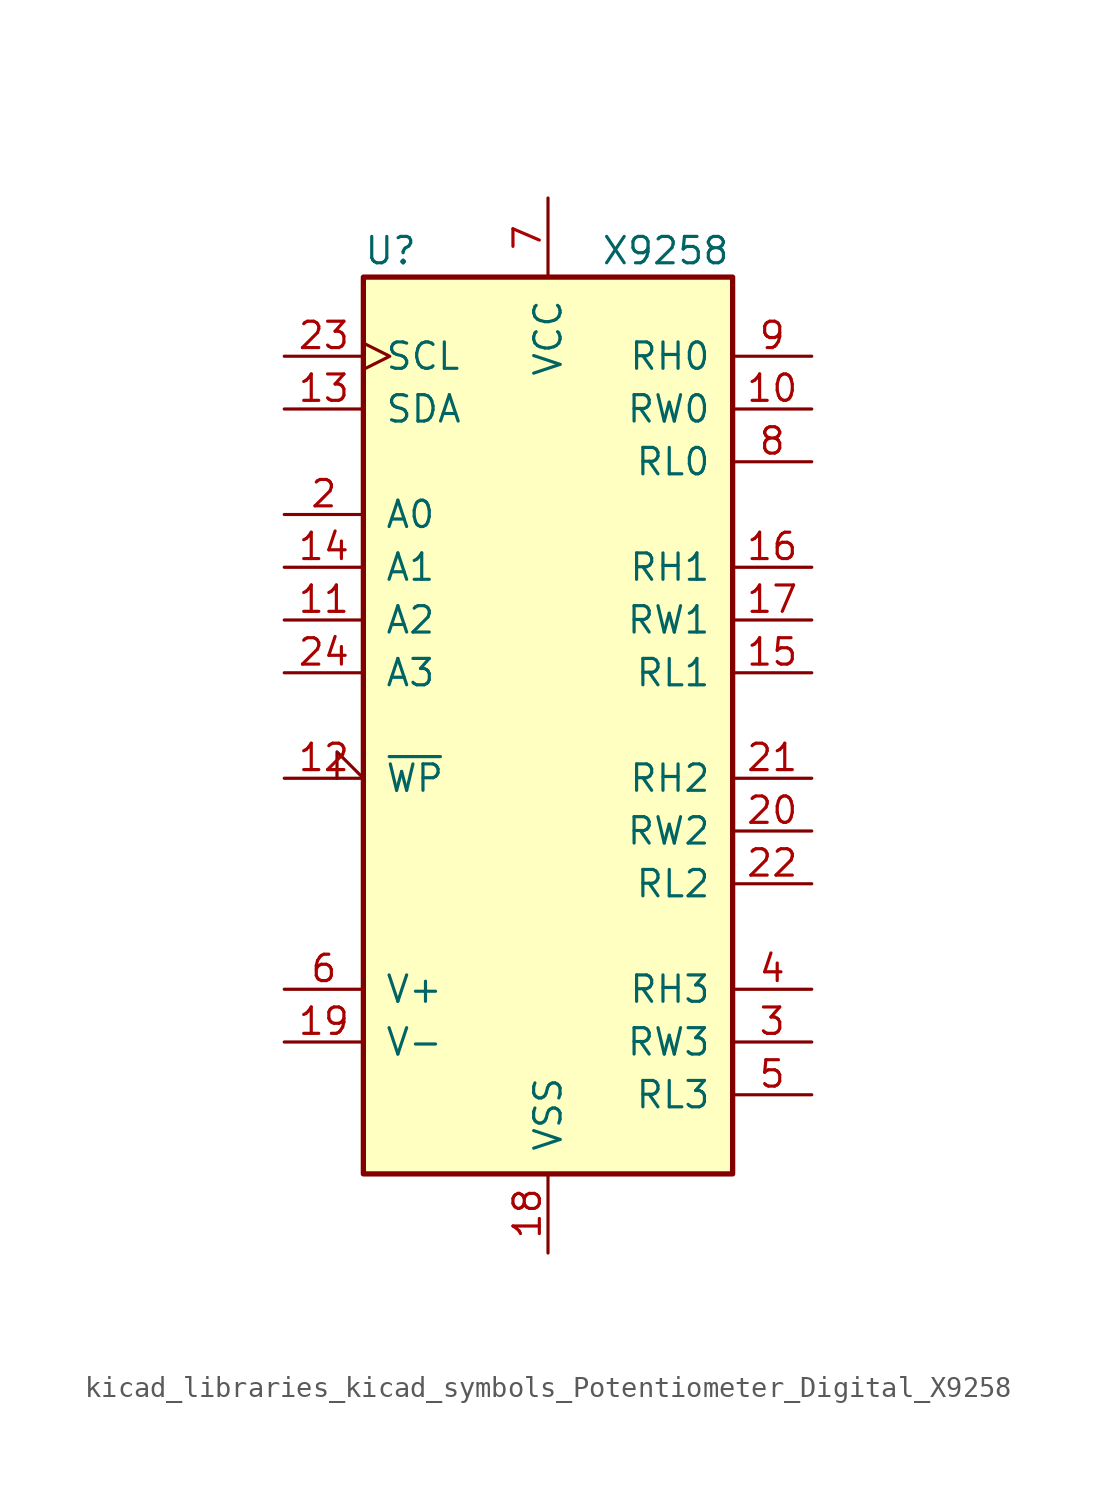
<source format=kicad_sym>
(kicad_symbol_lib
  (version 20220914)
  (generator kicad_symbol_editor)
  (symbol "kicad_libraries_kicad_symbols_Potentiometer_Digital_X9258"
    (pin_names
      (offset 1.016))
    (property "Reference" "U"
      (at -8.89 22.86 0)
      (effects (font (size 1.27 1.27)) (justify left)))
    (property "Value" "X9258"
      (at 2.54 22.86 0)
      (effects (font (size 1.27 1.27)) (justify left)))
    (symbol "kicad_libraries_kicad_symbols_Potentiometer_Digital_X9258_0_0"
      (pin input line (at -12.7 5.08 0) (length 3.81) (name "A2" (effects (font (size 1.27 1.27)))) (number "11" (effects (font (size 1.27 1.27)))))
      (pin bidirectional line (at -12.7 15.24 0) (length 3.81) (name "SDA" (effects (font (size 1.27 1.27)))) (number "13" (effects (font (size 1.27 1.27)))))
      (pin input line (at -12.7 7.62 0) (length 3.81) (name "A1" (effects (font (size 1.27 1.27)))) (number "14" (effects (font (size 1.27 1.27)))))
      (pin power_in line (at 0 -25.4 90) (length 3.81) (name "VSS" (effects (font (size 1.27 1.27)))) (number "18" (effects (font (size 1.27 1.27)))))
      (pin passive line (at -12.7 -15.24 0) (length 3.81) (name "V-" (effects (font (size 1.27 1.27)))) (number "19" (effects (font (size 1.27 1.27)))))
      (pin input line (at -12.7 10.16 0) (length 3.81) (name "A0" (effects (font (size 1.27 1.27)))) (number "2" (effects (font (size 1.27 1.27)))))
      (pin input clock (at -12.7 17.78 0) (length 3.81) (name "SCL" (effects (font (size 1.27 1.27)))) (number "23" (effects (font (size 1.27 1.27)))))
      (pin input line (at -12.7 2.54 0) (length 3.81) (name "A3" (effects (font (size 1.27 1.27)))) (number "24" (effects (font (size 1.27 1.27)))))
      (pin passive line (at -12.7 -12.7 0) (length 3.81) (name "V+" (effects (font (size 1.27 1.27)))) (number "6" (effects (font (size 1.27 1.27)))))
      (pin power_in line (at 0 25.4 270) (length 3.81) (name "VCC" (effects (font (size 1.27 1.27)))) (number "7" (effects (font (size 1.27 1.27))))))
    (symbol "kicad_libraries_kicad_symbols_Potentiometer_Digital_X9258_0_1"
      (rectangle (start -8.89 21.59) (end 8.89 -21.59) (stroke (width 0.254) (type default)) (fill (type background))))
    (symbol "kicad_libraries_kicad_symbols_Potentiometer_Digital_X9258_1_1"
      (pin passive line (at 12.7 15.24 180) (length 3.81) (name "RW0" (effects (font (size 1.27 1.27)))) (number "10" (effects (font (size 1.27 1.27)))))
      (pin input input_low (at -12.7 -2.54 0) (length 3.81) (name "~{WP}" (effects (font (size 1.27 1.27)))) (number "12" (effects (font (size 1.27 1.27)))))
      (pin passive line (at 12.7 2.54 180) (length 3.81) (name "RL1" (effects (font (size 1.27 1.27)))) (number "15" (effects (font (size 1.27 1.27)))))
      (pin passive line (at 12.7 7.62 180) (length 3.81) (name "RH1" (effects (font (size 1.27 1.27)))) (number "16" (effects (font (size 1.27 1.27)))))
      (pin passive line (at 12.7 5.08 180) (length 3.81) (name "RW1" (effects (font (size 1.27 1.27)))) (number "17" (effects (font (size 1.27 1.27)))))
      (pin passive line (at 12.7 -5.08 180) (length 3.81) (name "RW2" (effects (font (size 1.27 1.27)))) (number "20" (effects (font (size 1.27 1.27)))))
      (pin passive line (at 12.7 -2.54 180) (length 3.81) (name "RH2" (effects (font (size 1.27 1.27)))) (number "21" (effects (font (size 1.27 1.27)))))
      (pin passive line (at 12.7 -7.62 180) (length 3.81) (name "RL2" (effects (font (size 1.27 1.27)))) (number "22" (effects (font (size 1.27 1.27)))))
      (pin passive line (at 12.7 -15.24 180) (length 3.81) (name "RW3" (effects (font (size 1.27 1.27)))) (number "3" (effects (font (size 1.27 1.27)))))
      (pin passive line (at 12.7 -12.7 180) (length 3.81) (name "RH3" (effects (font (size 1.27 1.27)))) (number "4" (effects (font (size 1.27 1.27)))))
      (pin passive line (at 12.7 -17.78 180) (length 3.81) (name "RL3" (effects (font (size 1.27 1.27)))) (number "5" (effects (font (size 1.27 1.27)))))
      (pin passive line (at 12.7 12.7 180) (length 3.81) (name "RL0" (effects (font (size 1.27 1.27)))) (number "8" (effects (font (size 1.27 1.27)))))
      (pin passive line (at 12.7 17.78 180) (length 3.81) (name "RH0" (effects (font (size 1.27 1.27)))) (number "9" (effects (font (size 1.27 1.27))))))))
</source>
